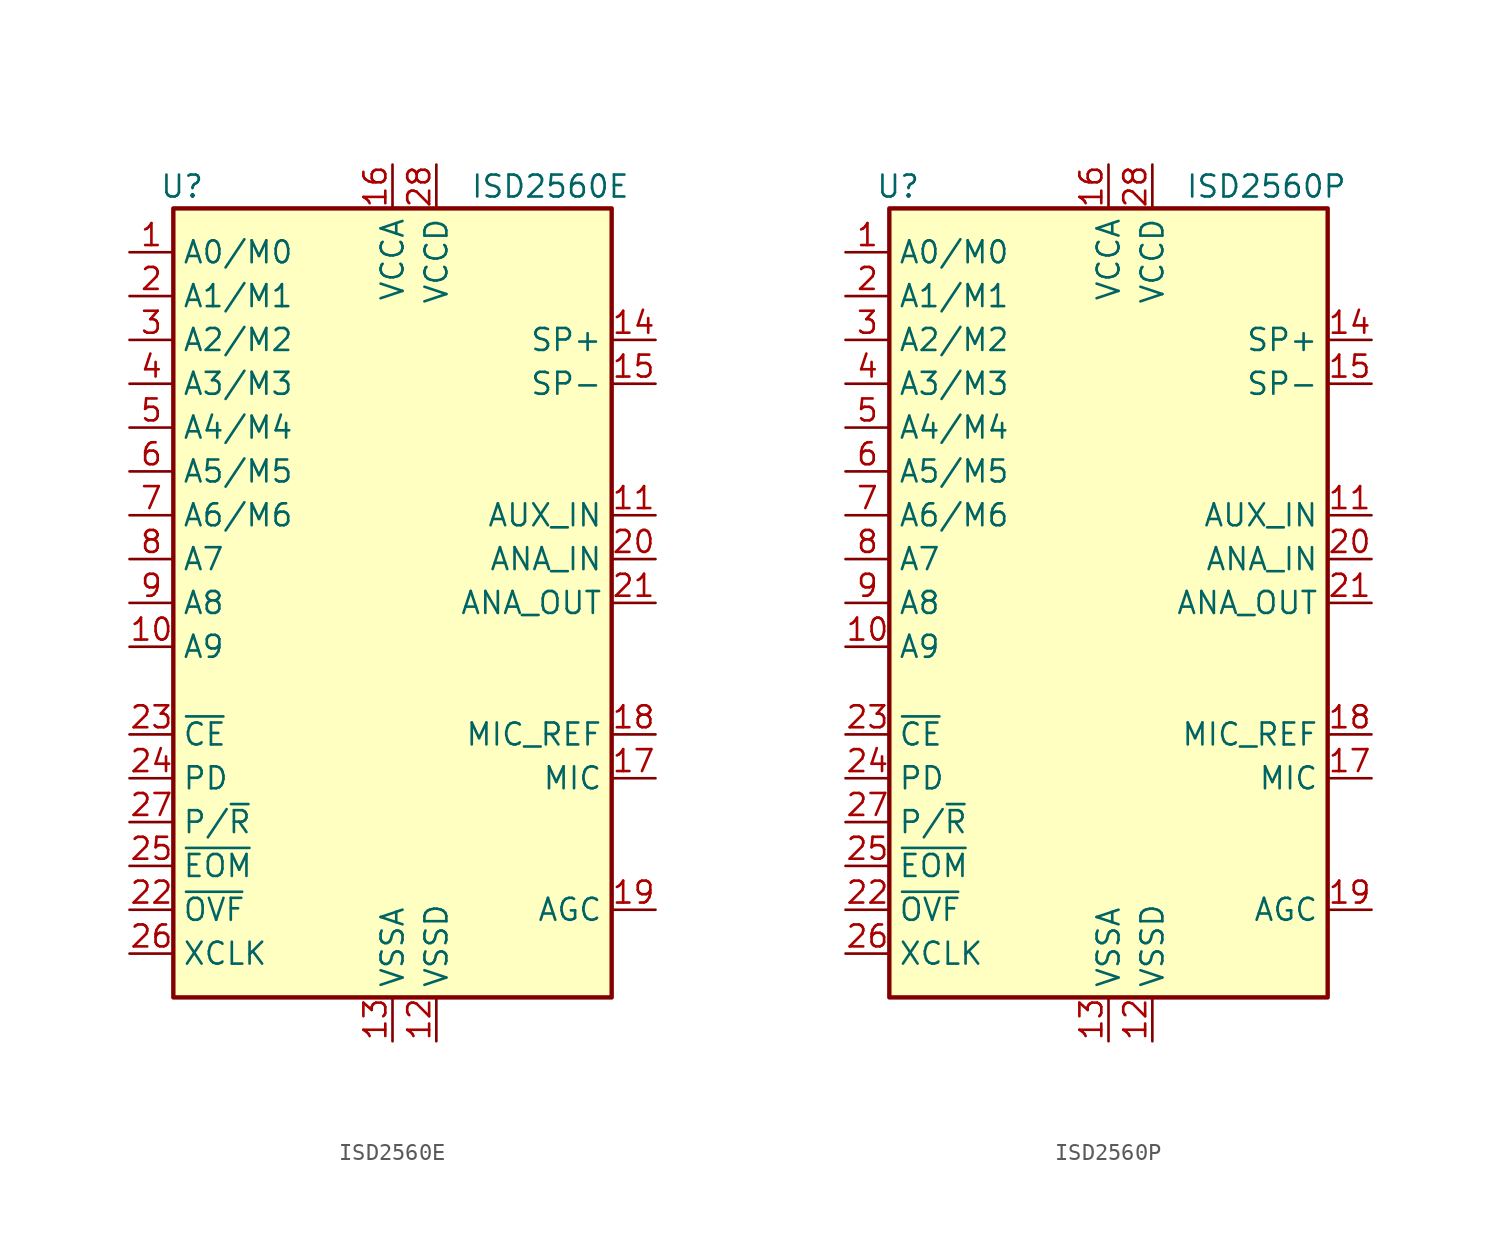
<source format=kicad_sym>
(kicad_symbol_lib
  (version 20241209)
  (generator "kicad_symbol_editor")
  (generator_version "9.0")
  (symbol "ISD2560E"
    (property "Reference" "U"
      (at -12.192 24.13 0)
      (effects (font (size 1.27 1.27))))
    (property "Value" "ISD2560E"
      (at 9.144 24.13 0)
      (effects (font (size 1.27 1.27))))
    (symbol "ISD2560E_0_1"
      (rectangle (start -12.7 22.86) (end 12.7 -22.86) (stroke (width 0.254) (type default)) (fill (type background))))
    (symbol "ISD2560E_1_1"
      (pin input line (at -15.24 20.32 0) (length 2.54) (name "A0/M0" (effects (font (size 1.27 1.27)))) (number "1" (effects (font (size 1.27 1.27)))))
      (pin input line (at -15.24 17.78 0) (length 2.54) (name "A1/M1" (effects (font (size 1.27 1.27)))) (number "2" (effects (font (size 1.27 1.27)))))
      (pin input line (at -15.24 15.24 0) (length 2.54) (name "A2/M2" (effects (font (size 1.27 1.27)))) (number "3" (effects (font (size 1.27 1.27)))))
      (pin input line (at -15.24 12.7 0) (length 2.54) (name "A3/M3" (effects (font (size 1.27 1.27)))) (number "4" (effects (font (size 1.27 1.27)))))
      (pin input line (at -15.24 10.16 0) (length 2.54) (name "A4/M4" (effects (font (size 1.27 1.27)))) (number "5" (effects (font (size 1.27 1.27)))))
      (pin input line (at -15.24 7.62 0) (length 2.54) (name "A5/M5" (effects (font (size 1.27 1.27)))) (number "6" (effects (font (size 1.27 1.27)))))
      (pin input line (at -15.24 5.08 0) (length 2.54) (name "A6/M6" (effects (font (size 1.27 1.27)))) (number "7" (effects (font (size 1.27 1.27)))))
      (pin input line (at -15.24 2.54 0) (length 2.54) (name "A7" (effects (font (size 1.27 1.27)))) (number "8" (effects (font (size 1.27 1.27)))))
      (pin input line (at -15.24 0 0) (length 2.54) (name "A8" (effects (font (size 1.27 1.27)))) (number "9" (effects (font (size 1.27 1.27)))))
      (pin input line (at -15.24 -2.54 0) (length 2.54) (name "A9" (effects (font (size 1.27 1.27)))) (number "10" (effects (font (size 1.27 1.27)))))
      (pin input line (at -15.24 -7.62 0) (length 2.54) (name "~{CE}" (effects (font (size 1.27 1.27)))) (number "23" (effects (font (size 1.27 1.27)))))
      (pin input line (at -15.24 -10.16 0) (length 2.54) (name "PD" (effects (font (size 1.27 1.27)))) (number "24" (effects (font (size 1.27 1.27)))))
      (pin input line (at -15.24 -12.7 0) (length 2.54) (name "P/~{R}" (effects (font (size 1.27 1.27)))) (number "27" (effects (font (size 1.27 1.27)))))
      (pin output line (at -15.24 -15.24 0) (length 2.54) (name "~{EOM}" (effects (font (size 1.27 1.27)))) (number "25" (effects (font (size 1.27 1.27)))))
      (pin output line (at -15.24 -17.78 0) (length 2.54) (name "~{OVF}" (effects (font (size 1.27 1.27)))) (number "22" (effects (font (size 1.27 1.27)))))
      (pin input line (at -15.24 -20.32 0) (length 2.54) (name "XCLK" (effects (font (size 1.27 1.27)))) (number "26" (effects (font (size 1.27 1.27)))))
      (pin power_in line (at 0 25.4 270) (length 2.54) (name "VCCA" (effects (font (size 1.27 1.27)))) (number "16" (effects (font (size 1.27 1.27)))))
      (pin power_in line (at 0 -25.4 90) (length 2.54) (name "VSSA" (effects (font (size 1.27 1.27)))) (number "13" (effects (font (size 1.27 1.27)))))
      (pin power_in line (at 2.54 25.4 270) (length 2.54) (name "VCCD" (effects (font (size 1.27 1.27)))) (number "28" (effects (font (size 1.27 1.27)))))
      (pin power_in line (at 2.54 -25.4 90) (length 2.54) (name "VSSD" (effects (font (size 1.27 1.27)))) (number "12" (effects (font (size 1.27 1.27)))))
      (pin output line (at 15.24 15.24 180) (length 2.54) (name "SP+" (effects (font (size 1.27 1.27)))) (number "14" (effects (font (size 1.27 1.27)))))
      (pin output line (at 15.24 12.7 180) (length 2.54) (name "SP-" (effects (font (size 1.27 1.27)))) (number "15" (effects (font (size 1.27 1.27)))))
      (pin input line (at 15.24 5.08 180) (length 2.54) (name "AUX_IN" (effects (font (size 1.27 1.27)))) (number "11" (effects (font (size 1.27 1.27)))))
      (pin input line (at 15.24 2.54 180) (length 2.54) (name "ANA_IN" (effects (font (size 1.27 1.27)))) (number "20" (effects (font (size 1.27 1.27)))))
      (pin output line (at 15.24 0 180) (length 2.54) (name "ANA_OUT" (effects (font (size 1.27 1.27)))) (number "21" (effects (font (size 1.27 1.27)))))
      (pin passive line (at 15.24 -7.62 180) (length 2.54) (name "MIC_REF" (effects (font (size 1.27 1.27)))) (number "18" (effects (font (size 1.27 1.27)))))
      (pin input line (at 15.24 -10.16 180) (length 2.54) (name "MIC" (effects (font (size 1.27 1.27)))) (number "17" (effects (font (size 1.27 1.27)))))
      (pin passive line (at 15.24 -17.78 180) (length 2.54) (name "AGC" (effects (font (size 1.27 1.27)))) (number "19" (effects (font (size 1.27 1.27)))))))
  (symbol "ISD2560P"
    (property "Reference" "U"
      (at -12.192 24.13 0)
      (effects (font (size 1.27 1.27))))
    (property "Value" "ISD2560P"
      (at 9.144 24.13 0)
      (effects (font (size 1.27 1.27))))
    (symbol "ISD2560P_0_1"
      (rectangle (start -12.7 22.86) (end 12.7 -22.86) (stroke (width 0.254) (type default)) (fill (type background))))
    (symbol "ISD2560P_1_1"
      (pin input line (at -15.24 20.32 0) (length 2.54) (name "A0/M0" (effects (font (size 1.27 1.27)))) (number "1" (effects (font (size 1.27 1.27)))))
      (pin input line (at -15.24 17.78 0) (length 2.54) (name "A1/M1" (effects (font (size 1.27 1.27)))) (number "2" (effects (font (size 1.27 1.27)))))
      (pin input line (at -15.24 15.24 0) (length 2.54) (name "A2/M2" (effects (font (size 1.27 1.27)))) (number "3" (effects (font (size 1.27 1.27)))))
      (pin input line (at -15.24 12.7 0) (length 2.54) (name "A3/M3" (effects (font (size 1.27 1.27)))) (number "4" (effects (font (size 1.27 1.27)))))
      (pin input line (at -15.24 10.16 0) (length 2.54) (name "A4/M4" (effects (font (size 1.27 1.27)))) (number "5" (effects (font (size 1.27 1.27)))))
      (pin input line (at -15.24 7.62 0) (length 2.54) (name "A5/M5" (effects (font (size 1.27 1.27)))) (number "6" (effects (font (size 1.27 1.27)))))
      (pin input line (at -15.24 5.08 0) (length 2.54) (name "A6/M6" (effects (font (size 1.27 1.27)))) (number "7" (effects (font (size 1.27 1.27)))))
      (pin input line (at -15.24 2.54 0) (length 2.54) (name "A7" (effects (font (size 1.27 1.27)))) (number "8" (effects (font (size 1.27 1.27)))))
      (pin input line (at -15.24 0 0) (length 2.54) (name "A8" (effects (font (size 1.27 1.27)))) (number "9" (effects (font (size 1.27 1.27)))))
      (pin input line (at -15.24 -2.54 0) (length 2.54) (name "A9" (effects (font (size 1.27 1.27)))) (number "10" (effects (font (size 1.27 1.27)))))
      (pin input line (at -15.24 -7.62 0) (length 2.54) (name "~{CE}" (effects (font (size 1.27 1.27)))) (number "23" (effects (font (size 1.27 1.27)))))
      (pin input line (at -15.24 -10.16 0) (length 2.54) (name "PD" (effects (font (size 1.27 1.27)))) (number "24" (effects (font (size 1.27 1.27)))))
      (pin input line (at -15.24 -12.7 0) (length 2.54) (name "P/~{R}" (effects (font (size 1.27 1.27)))) (number "27" (effects (font (size 1.27 1.27)))))
      (pin output line (at -15.24 -15.24 0) (length 2.54) (name "~{EOM}" (effects (font (size 1.27 1.27)))) (number "25" (effects (font (size 1.27 1.27)))))
      (pin output line (at -15.24 -17.78 0) (length 2.54) (name "~{OVF}" (effects (font (size 1.27 1.27)))) (number "22" (effects (font (size 1.27 1.27)))))
      (pin input line (at -15.24 -20.32 0) (length 2.54) (name "XCLK" (effects (font (size 1.27 1.27)))) (number "26" (effects (font (size 1.27 1.27)))))
      (pin power_in line (at 0 25.4 270) (length 2.54) (name "VCCA" (effects (font (size 1.27 1.27)))) (number "16" (effects (font (size 1.27 1.27)))))
      (pin power_in line (at 0 -25.4 90) (length 2.54) (name "VSSA" (effects (font (size 1.27 1.27)))) (number "13" (effects (font (size 1.27 1.27)))))
      (pin power_in line (at 2.54 25.4 270) (length 2.54) (name "VCCD" (effects (font (size 1.27 1.27)))) (number "28" (effects (font (size 1.27 1.27)))))
      (pin power_in line (at 2.54 -25.4 90) (length 2.54) (name "VSSD" (effects (font (size 1.27 1.27)))) (number "12" (effects (font (size 1.27 1.27)))))
      (pin output line (at 15.24 15.24 180) (length 2.54) (name "SP+" (effects (font (size 1.27 1.27)))) (number "14" (effects (font (size 1.27 1.27)))))
      (pin output line (at 15.24 12.7 180) (length 2.54) (name "SP-" (effects (font (size 1.27 1.27)))) (number "15" (effects (font (size 1.27 1.27)))))
      (pin input line (at 15.24 5.08 180) (length 2.54) (name "AUX_IN" (effects (font (size 1.27 1.27)))) (number "11" (effects (font (size 1.27 1.27)))))
      (pin input line (at 15.24 2.54 180) (length 2.54) (name "ANA_IN" (effects (font (size 1.27 1.27)))) (number "20" (effects (font (size 1.27 1.27)))))
      (pin output line (at 15.24 0 180) (length 2.54) (name "ANA_OUT" (effects (font (size 1.27 1.27)))) (number "21" (effects (font (size 1.27 1.27)))))
      (pin passive line (at 15.24 -7.62 180) (length 2.54) (name "MIC_REF" (effects (font (size 1.27 1.27)))) (number "18" (effects (font (size 1.27 1.27)))))
      (pin input line (at 15.24 -10.16 180) (length 2.54) (name "MIC" (effects (font (size 1.27 1.27)))) (number "17" (effects (font (size 1.27 1.27)))))
      (pin passive line (at 15.24 -17.78 180) (length 2.54) (name "AGC" (effects (font (size 1.27 1.27)))) (number "19" (effects (font (size 1.27 1.27))))))))
</source>
